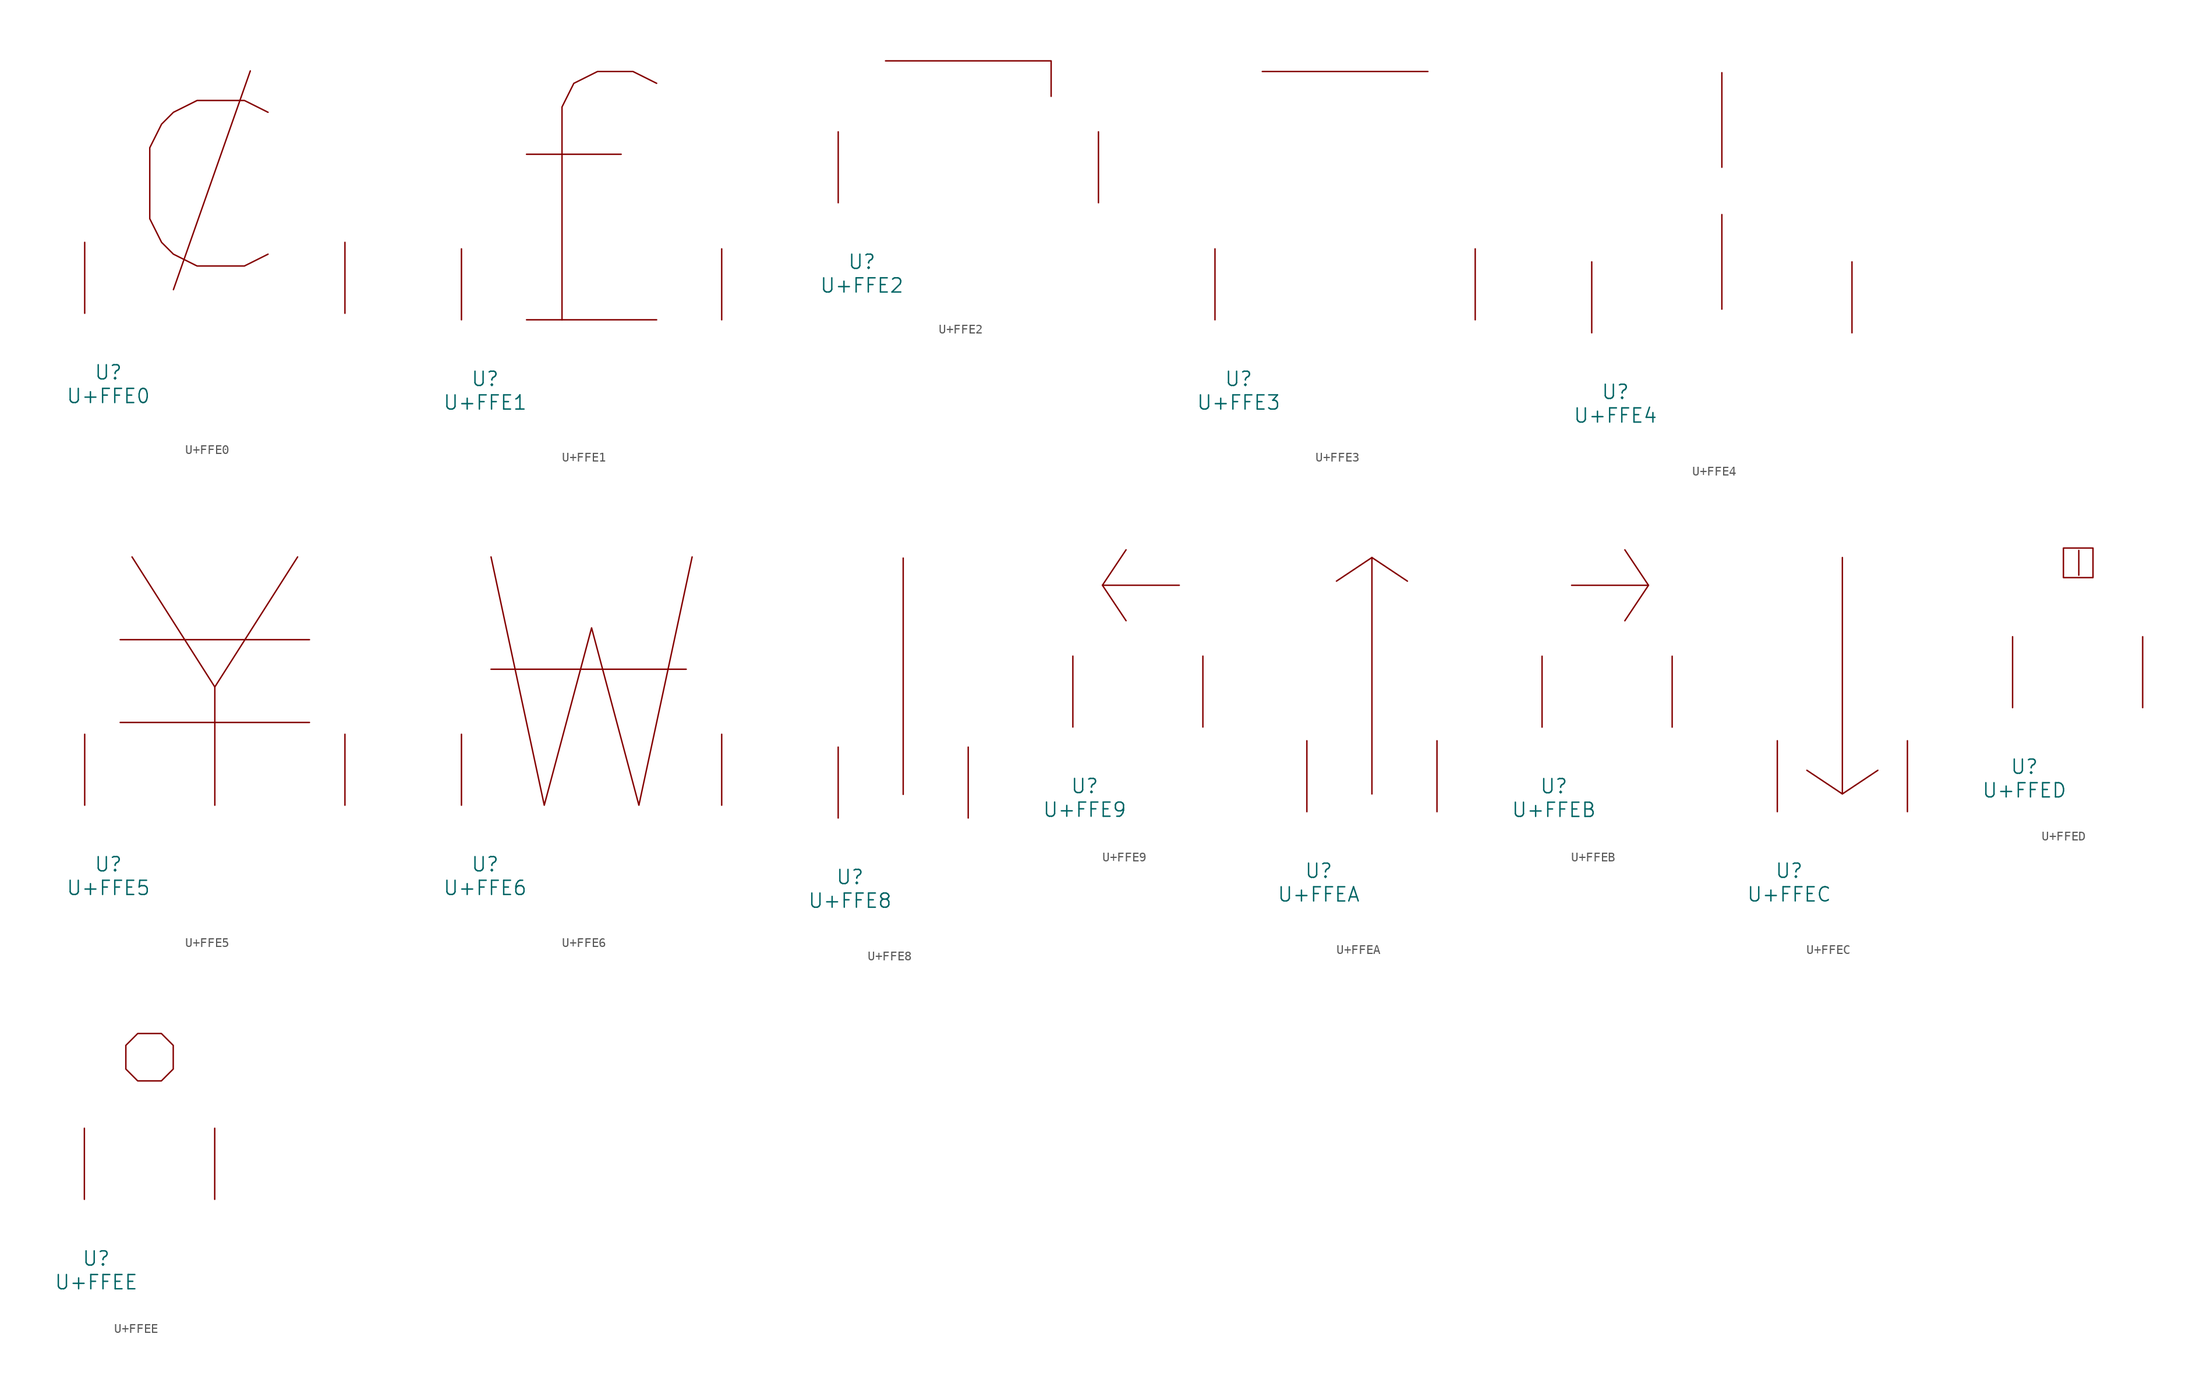
<source format=kicad_sym>
(kicad_symbol_lib
  (version 20231120)
  (generator "kicad_symbol_editor")
  (generator_version "8.0")
  (symbol "U+FFE0"
    (pin_names
      (offset 1.016))
    (property "Reference" "U"
      (at 0 -6.35 0)
      (effects (font (size 1.524 1.524))))
    (property "Value" "U+FFE0"
      (at 0 -8.89 0)
      (effects (font (size 1.524 1.524))))
    (symbol "U+FFE0_0_1"
      (polyline (pts (xy 15.24 26.035) (xy 6.985 2.54)) (stroke (width 0) (type solid)) (fill (type none)))
      (polyline (pts (xy 17.145 6.35) (xy 14.605 5.08) (xy 9.525 5.08) (xy 6.985 6.35) (xy 5.715 7.62) (xy 4.445 10.16) (xy 4.445 17.78) (xy 5.715 20.32) (xy 6.985 21.59) (xy 9.525 22.86) (xy 14.605 22.86) (xy 17.145 21.59)) (stroke (width 0) (type solid)) (fill (type none)))
      (pin input line (at -2.54 0 90) (length 7.62) (name "~" (effects (font (size 1.27 1.27)))) (number "~" (effects (font (size 1.27 1.27)))))
      (pin input line (at 25.4 0 90) (length 7.62) (name "~" (effects (font (size 1.27 1.27)))) (number "~" (effects (font (size 1.27 1.27)))))))
  (symbol "U+FFE1"
    (pin_names
      (offset 1.016))
    (property "Reference" "U"
      (at 0 -6.35 0)
      (effects (font (size 1.524 1.524))))
    (property "Value" "U+FFE1"
      (at 0 -8.89 0)
      (effects (font (size 1.524 1.524))))
    (symbol "U+FFE1_0_1"
      (polyline (pts (xy 4.445 17.78) (xy 14.605 17.78)) (stroke (width 0) (type solid)) (fill (type none)))
      (polyline (pts (xy 4.445 0) (xy 18.415 0) (xy 18.415 0)) (stroke (width 0) (type solid)) (fill (type none)))
      (polyline (pts (xy 8.255 0) (xy 8.255 22.86) (xy 9.525 25.4) (xy 12.065 26.67) (xy 15.875 26.67) (xy 18.415 25.4)) (stroke (width 0) (type solid)) (fill (type none)))
      (pin input line (at -2.54 0 90) (length 7.62) (name "~" (effects (font (size 1.27 1.27)))) (number "~" (effects (font (size 1.27 1.27)))))
      (pin input line (at 25.4 0 90) (length 7.62) (name "~" (effects (font (size 1.27 1.27)))) (number "~" (effects (font (size 1.27 1.27)))))))
  (symbol "U+FFE2"
    (pin_names
      (offset 1.016))
    (property "Reference" "U"
      (at 0 -6.35 0)
      (effects (font (size 1.524 1.524))))
    (property "Value" "U+FFE2"
      (at 0 -8.89 0)
      (effects (font (size 1.524 1.524))))
    (symbol "U+FFE2_0_1"
      (polyline (pts (xy 2.54 15.24) (xy 20.32 15.24) (xy 20.32 11.43)) (stroke (width 0) (type solid)) (fill (type none)))
      (pin input line (at -2.54 0 90) (length 7.62) (name "~" (effects (font (size 1.27 1.27)))) (number "~" (effects (font (size 1.27 1.27)))))
      (pin input line (at 25.4 0 90) (length 7.62) (name "~" (effects (font (size 1.27 1.27)))) (number "~" (effects (font (size 1.27 1.27)))))))
  (symbol "U+FFE3"
    (pin_names
      (offset 1.016))
    (property "Reference" "U"
      (at 0 -6.35 0)
      (effects (font (size 1.524 1.524))))
    (property "Value" "U+FFE3"
      (at 0 -8.89 0)
      (effects (font (size 1.524 1.524))))
    (symbol "U+FFE3_0_1"
      (polyline (pts (xy 2.54 26.67) (xy 20.32 26.67)) (stroke (width 0) (type solid)) (fill (type none)))
      (pin input line (at -2.54 0 90) (length 7.62) (name "~" (effects (font (size 1.27 1.27)))) (number "~" (effects (font (size 1.27 1.27)))))
      (pin input line (at 25.4 0 90) (length 7.62) (name "~" (effects (font (size 1.27 1.27)))) (number "~" (effects (font (size 1.27 1.27)))))))
  (symbol "U+FFE4"
    (pin_names
      (offset 1.016))
    (property "Reference" "U"
      (at 0 -6.35 0)
      (effects (font (size 1.524 1.524))))
    (property "Value" "U+FFE4"
      (at 0 -8.89 0)
      (effects (font (size 1.524 1.524))))
    (symbol "U+FFE4_0_1"
      (polyline (pts (xy 11.43 12.7) (xy 11.43 2.54)) (stroke (width 0) (type solid)) (fill (type none)))
      (polyline (pts (xy 11.43 27.94) (xy 11.43 17.78)) (stroke (width 0) (type solid)) (fill (type none)))
      (pin input line (at -2.54 0 90) (length 7.62) (name "~" (effects (font (size 1.27 1.27)))) (number "~" (effects (font (size 1.27 1.27)))))
      (pin input line (at 25.4 0 90) (length 7.62) (name "~" (effects (font (size 1.27 1.27)))) (number "~" (effects (font (size 1.27 1.27)))))))
  (symbol "U+FFE5"
    (pin_names
      (offset 1.016))
    (property "Reference" "U"
      (at 0 -6.35 0)
      (effects (font (size 1.524 1.524))))
    (property "Value" "U+FFE5"
      (at 0 -8.89 0)
      (effects (font (size 1.524 1.524))))
    (symbol "U+FFE5_0_1"
      (polyline (pts (xy 1.27 8.89) (xy 21.59 8.89)) (stroke (width 0) (type solid)) (fill (type none)))
      (polyline (pts (xy 1.27 17.78) (xy 21.59 17.78)) (stroke (width 0) (type solid)) (fill (type none)))
      (polyline (pts (xy 11.43 12.7) (xy 11.43 0)) (stroke (width 0) (type solid)) (fill (type none)))
      (polyline (pts (xy 2.54 26.67) (xy 11.43 12.7) (xy 20.32 26.67)) (stroke (width 0) (type solid)) (fill (type none)))
      (pin input line (at -2.54 0 90) (length 7.62) (name "~" (effects (font (size 1.27 1.27)))) (number "~" (effects (font (size 1.27 1.27)))))
      (pin input line (at 25.4 0 90) (length 7.62) (name "~" (effects (font (size 1.27 1.27)))) (number "~" (effects (font (size 1.27 1.27)))))))
  (symbol "U+FFE6"
    (pin_names
      (offset 1.016))
    (property "Reference" "U"
      (at 0 -6.35 0)
      (effects (font (size 1.524 1.524))))
    (property "Value" "U+FFE6"
      (at 0 -8.89 0)
      (effects (font (size 1.524 1.524))))
    (symbol "U+FFE6_0_1"
      (polyline (pts (xy 0.635 14.605) (xy 21.59 14.605)) (stroke (width 0) (type solid)) (fill (type none)))
      (polyline (pts (xy 0.635 26.67) (xy 6.35 0) (xy 11.43 19.05) (xy 16.51 0) (xy 22.225 26.67)) (stroke (width 0) (type solid)) (fill (type none)))
      (pin input line (at -2.54 0 90) (length 7.62) (name "~" (effects (font (size 1.27 1.27)))) (number "~" (effects (font (size 1.27 1.27)))))
      (pin input line (at 25.4 0 90) (length 7.62) (name "~" (effects (font (size 1.27 1.27)))) (number "~" (effects (font (size 1.27 1.27)))))))
  (symbol "U+FFE8"
    (pin_names
      (offset 1.016))
    (property "Reference" "U"
      (at 0 -6.35 0)
      (effects (font (size 1.524 1.524))))
    (property "Value" "U+FFE8"
      (at 0 -8.89 0)
      (effects (font (size 1.524 1.524))))
    (symbol "U+FFE8_0_1"
      (polyline (pts (xy 5.715 27.94) (xy 5.715 2.54)) (stroke (width 0) (type solid)) (fill (type none)))
      (pin input line (at -1.27 0 90) (length 7.62) (name "~" (effects (font (size 1.27 1.27)))) (number "~" (effects (font (size 1.27 1.27)))))
      (pin input line (at 12.7 0 90) (length 7.62) (name "~" (effects (font (size 1.27 1.27)))) (number "~" (effects (font (size 1.27 1.27)))))))
  (symbol "U+FFE9"
    (pin_names
      (offset 1.016))
    (property "Reference" "U"
      (at 0 -6.35 0)
      (effects (font (size 1.524 1.524))))
    (property "Value" "U+FFE9"
      (at 0 -8.89 0)
      (effects (font (size 1.524 1.524))))
    (symbol "U+FFE9_0_1"
      (polyline (pts (xy 1.905 15.24) (xy 4.445 11.43)) (stroke (width 0) (type solid)) (fill (type none)))
      (polyline (pts (xy 10.16 15.24) (xy 1.905 15.24) (xy 4.445 19.05)) (stroke (width 0) (type solid)) (fill (type none)))
      (pin input line (at -1.27 0 90) (length 7.62) (name "~" (effects (font (size 1.27 1.27)))) (number "~" (effects (font (size 1.27 1.27)))))
      (pin input line (at 12.7 0 90) (length 7.62) (name "~" (effects (font (size 1.27 1.27)))) (number "~" (effects (font (size 1.27 1.27)))))))
  (symbol "U+FFEA"
    (pin_names
      (offset 1.016))
    (property "Reference" "U"
      (at 0 -6.35 0)
      (effects (font (size 1.524 1.524))))
    (property "Value" "U+FFEA"
      (at 0 -8.89 0)
      (effects (font (size 1.524 1.524))))
    (symbol "U+FFEA_0_1"
      (polyline (pts (xy 5.715 27.305) (xy 1.905 24.765)) (stroke (width 0) (type solid)) (fill (type none)))
      (polyline (pts (xy 5.715 1.905) (xy 5.715 27.305) (xy 9.525 24.765)) (stroke (width 0) (type solid)) (fill (type none)))
      (pin input line (at -1.27 0 90) (length 7.62) (name "~" (effects (font (size 1.27 1.27)))) (number "~" (effects (font (size 1.27 1.27)))))
      (pin input line (at 12.7 0 90) (length 7.62) (name "~" (effects (font (size 1.27 1.27)))) (number "~" (effects (font (size 1.27 1.27)))))))
  (symbol "U+FFEB"
    (pin_names
      (offset 1.016))
    (property "Reference" "U"
      (at 0 -6.35 0)
      (effects (font (size 1.524 1.524))))
    (property "Value" "U+FFEB"
      (at 0 -8.89 0)
      (effects (font (size 1.524 1.524))))
    (symbol "U+FFEB_0_1"
      (polyline (pts (xy 10.16 15.24) (xy 7.62 11.43)) (stroke (width 0) (type solid)) (fill (type none)))
      (polyline (pts (xy 1.905 15.24) (xy 10.16 15.24) (xy 7.62 19.05)) (stroke (width 0) (type solid)) (fill (type none)))
      (pin input line (at -1.27 0 90) (length 7.62) (name "~" (effects (font (size 1.27 1.27)))) (number "~" (effects (font (size 1.27 1.27)))))
      (pin input line (at 12.7 0 90) (length 7.62) (name "~" (effects (font (size 1.27 1.27)))) (number "~" (effects (font (size 1.27 1.27)))))))
  (symbol "U+FFEC"
    (pin_names
      (offset 1.016))
    (property "Reference" "U"
      (at 0 -6.35 0)
      (effects (font (size 1.524 1.524))))
    (property "Value" "U+FFEC"
      (at 0 -8.89 0)
      (effects (font (size 1.524 1.524))))
    (symbol "U+FFEC_0_1"
      (polyline (pts (xy 5.715 1.905) (xy 9.525 4.445)) (stroke (width 0) (type solid)) (fill (type none)))
      (polyline (pts (xy 5.715 27.305) (xy 5.715 1.905) (xy 1.905 4.445)) (stroke (width 0) (type solid)) (fill (type none)))
      (pin input line (at -1.27 0 90) (length 7.62) (name "~" (effects (font (size 1.27 1.27)))) (number "~" (effects (font (size 1.27 1.27)))))
      (pin input line (at 12.7 0 90) (length 7.62) (name "~" (effects (font (size 1.27 1.27)))) (number "~" (effects (font (size 1.27 1.27)))))))
  (symbol "U+FFED"
    (pin_names
      (offset 1.016))
    (property "Reference" "U"
      (at 0 -6.35 0)
      (effects (font (size 1.524 1.524))))
    (property "Value" "U+FFED"
      (at 0 -8.89 0)
      (effects (font (size 1.524 1.524))))
    (symbol "U+FFED_0_1"
      (polyline (pts (xy 5.842 16.891) (xy 5.842 14.224)) (stroke (width 0) (type solid)) (fill (type none)))
      (polyline (pts (xy 4.191 17.145) (xy 7.366 17.145) (xy 7.366 13.97) (xy 4.191 13.97) (xy 4.191 17.145)) (stroke (width 0) (type solid)) (fill (type none)))
      (pin input line (at -1.27 0 90) (length 7.62) (name "~" (effects (font (size 1.27 1.27)))) (number "~" (effects (font (size 1.27 1.27)))))
      (pin input line (at 12.7 0 90) (length 7.62) (name "~" (effects (font (size 1.27 1.27)))) (number "~" (effects (font (size 1.27 1.27)))))))
  (symbol "U+FFEE"
    (pin_names
      (offset 1.016))
    (property "Reference" "U"
      (at 0 -6.35 0)
      (effects (font (size 1.524 1.524))))
    (property "Value" "U+FFEE"
      (at 0 -8.89 0)
      (effects (font (size 1.524 1.524))))
    (symbol "U+FFEE_0_1"
      (polyline (pts (xy 4.445 17.78) (xy 6.985 17.78) (xy 8.255 16.51) (xy 8.255 13.97) (xy 6.985 12.7) (xy 4.445 12.7) (xy 3.175 13.97) (xy 3.175 16.51) (xy 4.445 17.78)) (stroke (width 0) (type solid)) (fill (type none)))
      (pin input line (at -1.27 0 90) (length 7.62) (name "~" (effects (font (size 1.27 1.27)))) (number "~" (effects (font (size 1.27 1.27)))))
      (pin input line (at 12.7 0 90) (length 7.62) (name "~" (effects (font (size 1.27 1.27)))) (number "~" (effects (font (size 1.27 1.27))))))))
</source>
